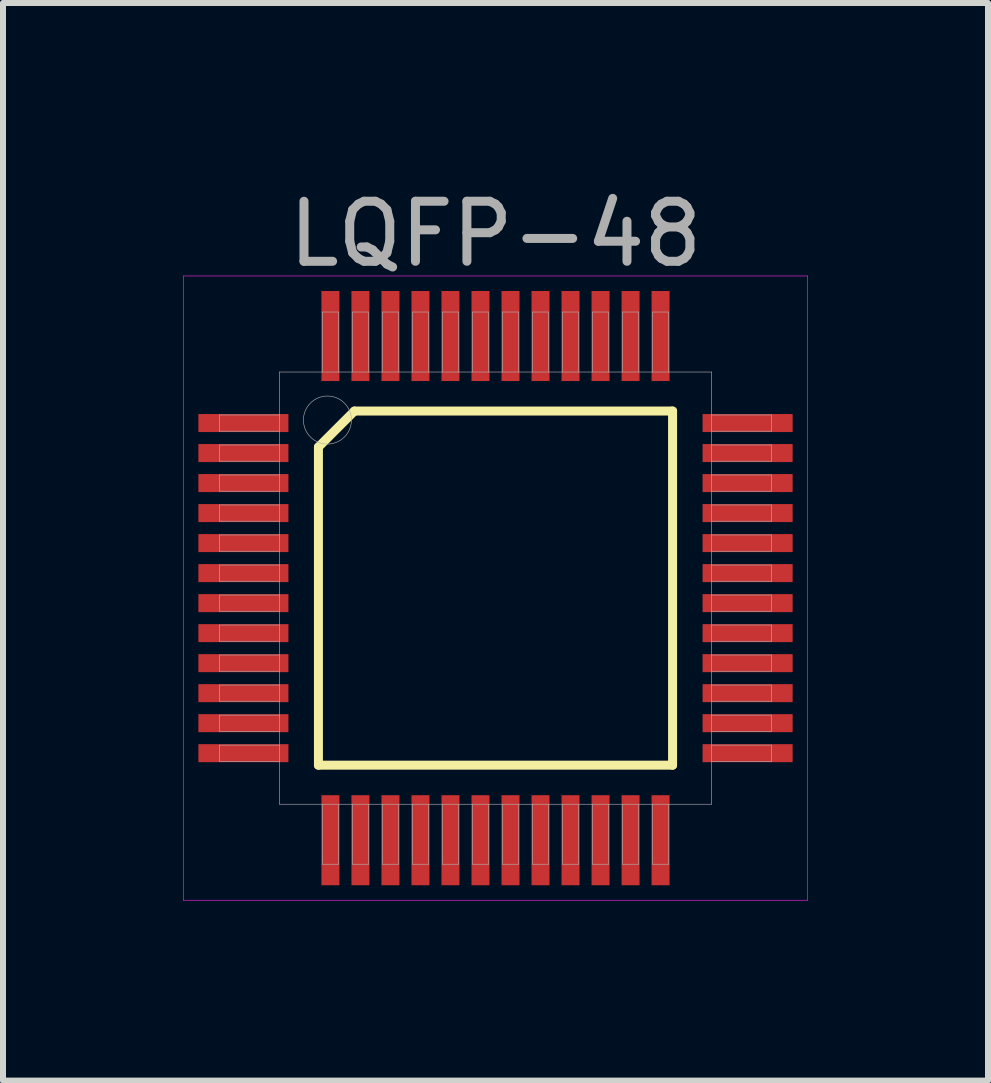
<source format=kicad_pcb>
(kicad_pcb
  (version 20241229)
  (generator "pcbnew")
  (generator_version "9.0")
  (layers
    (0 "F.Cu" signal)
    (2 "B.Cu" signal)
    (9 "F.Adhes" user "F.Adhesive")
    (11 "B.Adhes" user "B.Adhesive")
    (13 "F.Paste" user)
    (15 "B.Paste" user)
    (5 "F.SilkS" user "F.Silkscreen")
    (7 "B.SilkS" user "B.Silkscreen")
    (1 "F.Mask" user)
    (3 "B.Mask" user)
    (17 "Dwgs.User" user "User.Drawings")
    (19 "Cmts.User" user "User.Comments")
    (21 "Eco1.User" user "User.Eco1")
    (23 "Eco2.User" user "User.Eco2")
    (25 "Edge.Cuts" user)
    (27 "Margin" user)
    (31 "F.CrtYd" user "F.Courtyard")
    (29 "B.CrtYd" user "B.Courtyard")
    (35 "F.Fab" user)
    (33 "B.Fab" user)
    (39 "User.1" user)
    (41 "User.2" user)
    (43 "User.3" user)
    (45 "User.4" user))
  (footprint "LQFP-48"
    (layer "F.Cu")
    (at 5.205 6.748)
    (property "Reference" "LQFP-48" (at 0 -5.9 0) (layer "F.Fab") (effects (font (size 1 1) (thickness 0.15))))
    (attr through_hole)
    (fp_line (start -2.95 -2.35) (end -2.35 -2.95) (stroke (width 0.15) (type solid)) (layer "F.SilkS"))
    (fp_line (start -2.95 2.95) (end -2.95 -2.35) (stroke (width 0.15) (type solid)) (layer "F.SilkS"))
    (fp_line (start -2.35 -2.95) (end 2.95 -2.95) (stroke (width 0.15) (type solid)) (layer "F.SilkS"))
    (fp_line (start 2.95 -2.95) (end 2.95 2.95) (stroke (width 0.15) (type solid)) (layer "F.SilkS"))
    (fp_line (start 2.95 2.95) (end -2.95 2.95) (stroke (width 0.15) (type solid)) (layer "F.SilkS"))
    (fp_line (start -5.2 -5.2) (end 5.2 -5.2) (stroke (width 0.01) (type solid)) (layer "F.CrtYd"))
    (fp_line (start -5.2 5.2) (end -5.2 -5.2) (stroke (width 0.01) (type solid)) (layer "F.CrtYd"))
    (fp_line (start 5.2 -5.2) (end 5.2 5.2) (stroke (width 0.01) (type solid)) (layer "F.CrtYd"))
    (fp_line (start 5.2 5.2) (end -5.2 5.2) (stroke (width 0.01) (type solid)) (layer "F.CrtYd"))
    (fp_line (start -4.6 -2.885) (end -3.6 -2.885) (stroke (width 0.01) (type solid)) (layer "F.Fab"))
    (fp_line (start -4.6 -2.615) (end -4.6 -2.885) (stroke (width 0.01) (type solid)) (layer "F.Fab"))
    (fp_line (start -4.6 -2.385) (end -3.6 -2.385) (stroke (width 0.01) (type solid)) (layer "F.Fab"))
    (fp_line (start -4.6 -2.115) (end -4.6 -2.385) (stroke (width 0.01) (type solid)) (layer "F.Fab"))
    (fp_line (start -4.6 -1.885) (end -3.6 -1.885) (stroke (width 0.01) (type solid)) (layer "F.Fab"))
    (fp_line (start -4.6 -1.615) (end -4.6 -1.885) (stroke (width 0.01) (type solid)) (layer "F.Fab"))
    (fp_line (start -4.6 -1.385) (end -3.6 -1.385) (stroke (width 0.01) (type solid)) (layer "F.Fab"))
    (fp_line (start -4.6 -1.115) (end -4.6 -1.385) (stroke (width 0.01) (type solid)) (layer "F.Fab"))
    (fp_line (start -4.6 -0.885) (end -3.6 -0.885) (stroke (width 0.01) (type solid)) (layer "F.Fab"))
    (fp_line (start -4.6 -0.615) (end -4.6 -0.885) (stroke (width 0.01) (type solid)) (layer "F.Fab"))
    (fp_line (start -4.6 -0.385) (end -3.6 -0.385) (stroke (width 0.01) (type solid)) (layer "F.Fab"))
    (fp_line (start -4.6 -0.115) (end -4.6 -0.385) (stroke (width 0.01) (type solid)) (layer "F.Fab"))
    (fp_line (start -4.6 0.115) (end -3.6 0.115) (stroke (width 0.01) (type solid)) (layer "F.Fab"))
    (fp_line (start -4.6 0.385) (end -4.6 0.115) (stroke (width 0.01) (type solid)) (layer "F.Fab"))
    (fp_line (start -4.6 0.615) (end -3.6 0.615) (stroke (width 0.01) (type solid)) (layer "F.Fab"))
    (fp_line (start -4.6 0.885) (end -4.6 0.615) (stroke (width 0.01) (type solid)) (layer "F.Fab"))
    (fp_line (start -4.6 1.115) (end -3.6 1.115) (stroke (width 0.01) (type solid)) (layer "F.Fab"))
    (fp_line (start -4.6 1.385) (end -4.6 1.115) (stroke (width 0.01) (type solid)) (layer "F.Fab"))
    (fp_line (start -4.6 1.615) (end -3.6 1.615) (stroke (width 0.01) (type solid)) (layer "F.Fab"))
    (fp_line (start -4.6 1.885) (end -4.6 1.615) (stroke (width 0.01) (type solid)) (layer "F.Fab"))
    (fp_line (start -4.6 2.115) (end -3.6 2.115) (stroke (width 0.01) (type solid)) (layer "F.Fab"))
    (fp_line (start -4.6 2.385) (end -4.6 2.115) (stroke (width 0.01) (type solid)) (layer "F.Fab"))
    (fp_line (start -4.6 2.615) (end -3.6 2.615) (stroke (width 0.01) (type solid)) (layer "F.Fab"))
    (fp_line (start -4.6 2.885) (end -4.6 2.615) (stroke (width 0.01) (type solid)) (layer "F.Fab"))
    (fp_line (start -3.6 -3.6) (end 3.6 -3.6) (stroke (width 0.01) (type solid)) (layer "F.Fab"))
    (fp_line (start -3.6 -2.615) (end -4.6 -2.615) (stroke (width 0.01) (type solid)) (layer "F.Fab"))
    (fp_line (start -3.6 -2.115) (end -4.6 -2.115) (stroke (width 0.01) (type solid)) (layer "F.Fab"))
    (fp_line (start -3.6 -1.615) (end -4.6 -1.615) (stroke (width 0.01) (type solid)) (layer "F.Fab"))
    (fp_line (start -3.6 -1.115) (end -4.6 -1.115) (stroke (width 0.01) (type solid)) (layer "F.Fab"))
    (fp_line (start -3.6 -0.615) (end -4.6 -0.615) (stroke (width 0.01) (type solid)) (layer "F.Fab"))
    (fp_line (start -3.6 -0.115) (end -4.6 -0.115) (stroke (width 0.01) (type solid)) (layer "F.Fab"))
    (fp_line (start -3.6 0.385) (end -4.6 0.385) (stroke (width 0.01) (type solid)) (layer "F.Fab"))
    (fp_line (start -3.6 0.885) (end -4.6 0.885) (stroke (width 0.01) (type solid)) (layer "F.Fab"))
    (fp_line (start -3.6 1.385) (end -4.6 1.385) (stroke (width 0.01) (type solid)) (layer "F.Fab"))
    (fp_line (start -3.6 1.885) (end -4.6 1.885) (stroke (width 0.01) (type solid)) (layer "F.Fab"))
    (fp_line (start -3.6 2.385) (end -4.6 2.385) (stroke (width 0.01) (type solid)) (layer "F.Fab"))
    (fp_line (start -3.6 2.885) (end -4.6 2.885) (stroke (width 0.01) (type solid)) (layer "F.Fab"))
    (fp_line (start -3.6 3.6) (end -3.6 -3.6) (stroke (width 0.01) (type solid)) (layer "F.Fab"))
    (fp_line (start -2.885 -4.6) (end -2.615 -4.6) (stroke (width 0.01) (type solid)) (layer "F.Fab"))
    (fp_line (start -2.885 -3.6) (end -2.885 -4.6) (stroke (width 0.01) (type solid)) (layer "F.Fab"))
    (fp_line (start -2.885 4.6) (end -2.885 3.6) (stroke (width 0.01) (type solid)) (layer "F.Fab"))
    (fp_line (start -2.615 -4.6) (end -2.615 -3.6) (stroke (width 0.01) (type solid)) (layer "F.Fab"))
    (fp_line (start -2.615 3.6) (end -2.615 4.6) (stroke (width 0.01) (type solid)) (layer "F.Fab"))
    (fp_line (start -2.615 4.6) (end -2.885 4.6) (stroke (width 0.01) (type solid)) (layer "F.Fab"))
    (fp_line (start -2.385 -4.6) (end -2.115 -4.6) (stroke (width 0.01) (type solid)) (layer "F.Fab"))
    (fp_line (start -2.385 -3.6) (end -2.385 -4.6) (stroke (width 0.01) (type solid)) (layer "F.Fab"))
    (fp_line (start -2.385 4.6) (end -2.385 3.6) (stroke (width 0.01) (type solid)) (layer "F.Fab"))
    (fp_line (start -2.115 -4.6) (end -2.115 -3.6) (stroke (width 0.01) (type solid)) (layer "F.Fab"))
    (fp_line (start -2.115 3.6) (end -2.115 4.6) (stroke (width 0.01) (type solid)) (layer "F.Fab"))
    (fp_line (start -2.115 4.6) (end -2.385 4.6) (stroke (width 0.01) (type solid)) (layer "F.Fab"))
    (fp_line (start -1.885 -4.6) (end -1.615 -4.6) (stroke (width 0.01) (type solid)) (layer "F.Fab"))
    (fp_line (start -1.885 -3.6) (end -1.885 -4.6) (stroke (width 0.01) (type solid)) (layer "F.Fab"))
    (fp_line (start -1.885 4.6) (end -1.885 3.6) (stroke (width 0.01) (type solid)) (layer "F.Fab"))
    (fp_line (start -1.615 -4.6) (end -1.615 -3.6) (stroke (width 0.01) (type solid)) (layer "F.Fab"))
    (fp_line (start -1.615 3.6) (end -1.615 4.6) (stroke (width 0.01) (type solid)) (layer "F.Fab"))
    (fp_line (start -1.615 4.6) (end -1.885 4.6) (stroke (width 0.01) (type solid)) (layer "F.Fab"))
    (fp_line (start -1.385 -4.6) (end -1.115 -4.6) (stroke (width 0.01) (type solid)) (layer "F.Fab"))
    (fp_line (start -1.385 -3.6) (end -1.385 -4.6) (stroke (width 0.01) (type solid)) (layer "F.Fab"))
    (fp_line (start -1.385 4.6) (end -1.385 3.6) (stroke (width 0.01) (type solid)) (layer "F.Fab"))
    (fp_line (start -1.115 -4.6) (end -1.115 -3.6) (stroke (width 0.01) (type solid)) (layer "F.Fab"))
    (fp_line (start -1.115 3.6) (end -1.115 4.6) (stroke (width 0.01) (type solid)) (layer "F.Fab"))
    (fp_line (start -1.115 4.6) (end -1.385 4.6) (stroke (width 0.01) (type solid)) (layer "F.Fab"))
    (fp_line (start -0.885 -4.6) (end -0.615 -4.6) (stroke (width 0.01) (type solid)) (layer "F.Fab"))
    (fp_line (start -0.885 -3.6) (end -0.885 -4.6) (stroke (width 0.01) (type solid)) (layer "F.Fab"))
    (fp_line (start -0.885 4.6) (end -0.885 3.6) (stroke (width 0.01) (type solid)) (layer "F.Fab"))
    (fp_line (start -0.615 -4.6) (end -0.615 -3.6) (stroke (width 0.01) (type solid)) (layer "F.Fab"))
    (fp_line (start -0.615 3.6) (end -0.615 4.6) (stroke (width 0.01) (type solid)) (layer "F.Fab"))
    (fp_line (start -0.615 4.6) (end -0.885 4.6) (stroke (width 0.01) (type solid)) (layer "F.Fab"))
    (fp_line (start -0.385 -4.6) (end -0.115 -4.6) (stroke (width 0.01) (type solid)) (layer "F.Fab"))
    (fp_line (start -0.385 -3.6) (end -0.385 -4.6) (stroke (width 0.01) (type solid)) (layer "F.Fab"))
    (fp_line (start -0.385 4.6) (end -0.385 3.6) (stroke (width 0.01) (type solid)) (layer "F.Fab"))
    (fp_line (start -0.115 -4.6) (end -0.115 -3.6) (stroke (width 0.01) (type solid)) (layer "F.Fab"))
    (fp_line (start -0.115 3.6) (end -0.115 4.6) (stroke (width 0.01) (type solid)) (layer "F.Fab"))
    (fp_line (start -0.115 4.6) (end -0.385 4.6) (stroke (width 0.01) (type solid)) (layer "F.Fab"))
    (fp_line (start 0.115 -4.6) (end 0.385 -4.6) (stroke (width 0.01) (type solid)) (layer "F.Fab"))
    (fp_line (start 0.115 -3.6) (end 0.115 -4.6) (stroke (width 0.01) (type solid)) (layer "F.Fab"))
    (fp_line (start 0.115 4.6) (end 0.115 3.6) (stroke (width 0.01) (type solid)) (layer "F.Fab"))
    (fp_line (start 0.385 -4.6) (end 0.385 -3.6) (stroke (width 0.01) (type solid)) (layer "F.Fab"))
    (fp_line (start 0.385 3.6) (end 0.385 4.6) (stroke (width 0.01) (type solid)) (layer "F.Fab"))
    (fp_line (start 0.385 4.6) (end 0.115 4.6) (stroke (width 0.01) (type solid)) (layer "F.Fab"))
    (fp_line (start 0.615 -4.6) (end 0.885 -4.6) (stroke (width 0.01) (type solid)) (layer "F.Fab"))
    (fp_line (start 0.615 -3.6) (end 0.615 -4.6) (stroke (width 0.01) (type solid)) (layer "F.Fab"))
    (fp_line (start 0.615 4.6) (end 0.615 3.6) (stroke (width 0.01) (type solid)) (layer "F.Fab"))
    (fp_line (start 0.885 -4.6) (end 0.885 -3.6) (stroke (width 0.01) (type solid)) (layer "F.Fab"))
    (fp_line (start 0.885 3.6) (end 0.885 4.6) (stroke (width 0.01) (type solid)) (layer "F.Fab"))
    (fp_line (start 0.885 4.6) (end 0.615 4.6) (stroke (width 0.01) (type solid)) (layer "F.Fab"))
    (fp_line (start 1.115 -4.6) (end 1.385 -4.6) (stroke (width 0.01) (type solid)) (layer "F.Fab"))
    (fp_line (start 1.115 -3.6) (end 1.115 -4.6) (stroke (width 0.01) (type solid)) (layer "F.Fab"))
    (fp_line (start 1.115 4.6) (end 1.115 3.6) (stroke (width 0.01) (type solid)) (layer "F.Fab"))
    (fp_line (start 1.385 -4.6) (end 1.385 -3.6) (stroke (width 0.01) (type solid)) (layer "F.Fab"))
    (fp_line (start 1.385 3.6) (end 1.385 4.6) (stroke (width 0.01) (type solid)) (layer "F.Fab"))
    (fp_line (start 1.385 4.6) (end 1.115 4.6) (stroke (width 0.01) (type solid)) (layer "F.Fab"))
    (fp_line (start 1.615 -4.6) (end 1.885 -4.6) (stroke (width 0.01) (type solid)) (layer "F.Fab"))
    (fp_line (start 1.615 -3.6) (end 1.615 -4.6) (stroke (width 0.01) (type solid)) (layer "F.Fab"))
    (fp_line (start 1.615 4.6) (end 1.615 3.6) (stroke (width 0.01) (type solid)) (layer "F.Fab"))
    (fp_line (start 1.885 -4.6) (end 1.885 -3.6) (stroke (width 0.01) (type solid)) (layer "F.Fab"))
    (fp_line (start 1.885 3.6) (end 1.885 4.6) (stroke (width 0.01) (type solid)) (layer "F.Fab"))
    (fp_line (start 1.885 4.6) (end 1.615 4.6) (stroke (width 0.01) (type solid)) (layer "F.Fab"))
    (fp_line (start 2.115 -4.6) (end 2.385 -4.6) (stroke (width 0.01) (type solid)) (layer "F.Fab"))
    (fp_line (start 2.115 -3.6) (end 2.115 -4.6) (stroke (width 0.01) (type solid)) (layer "F.Fab"))
    (fp_line (start 2.115 4.6) (end 2.115 3.6) (stroke (width 0.01) (type solid)) (layer "F.Fab"))
    (fp_line (start 2.385 -4.6) (end 2.385 -3.6) (stroke (width 0.01) (type solid)) (layer "F.Fab"))
    (fp_line (start 2.385 3.6) (end 2.385 4.6) (stroke (width 0.01) (type solid)) (layer "F.Fab"))
    (fp_line (start 2.385 4.6) (end 2.115 4.6) (stroke (width 0.01) (type solid)) (layer "F.Fab"))
    (fp_line (start 2.615 -4.6) (end 2.885 -4.6) (stroke (width 0.01) (type solid)) (layer "F.Fab"))
    (fp_line (start 2.615 -3.6) (end 2.615 -4.6) (stroke (width 0.01) (type solid)) (layer "F.Fab"))
    (fp_line (start 2.615 4.6) (end 2.615 3.6) (stroke (width 0.01) (type solid)) (layer "F.Fab"))
    (fp_line (start 2.885 -4.6) (end 2.885 -3.6) (stroke (width 0.01) (type solid)) (layer "F.Fab"))
    (fp_line (start 2.885 3.6) (end 2.885 4.6) (stroke (width 0.01) (type solid)) (layer "F.Fab"))
    (fp_line (start 2.885 4.6) (end 2.615 4.6) (stroke (width 0.01) (type solid)) (layer "F.Fab"))
    (fp_line (start 3.6 -3.6) (end 3.6 3.6) (stroke (width 0.01) (type solid)) (layer "F.Fab"))
    (fp_line (start 3.6 -2.885) (end 4.6 -2.885) (stroke (width 0.01) (type solid)) (layer "F.Fab"))
    (fp_line (start 3.6 -2.385) (end 4.6 -2.385) (stroke (width 0.01) (type solid)) (layer "F.Fab"))
    (fp_line (start 3.6 -1.885) (end 4.6 -1.885) (stroke (width 0.01) (type solid)) (layer "F.Fab"))
    (fp_line (start 3.6 -1.385) (end 4.6 -1.385) (stroke (width 0.01) (type solid)) (layer "F.Fab"))
    (fp_line (start 3.6 -0.885) (end 4.6 -0.885) (stroke (width 0.01) (type solid)) (layer "F.Fab"))
    (fp_line (start 3.6 -0.385) (end 4.6 -0.385) (stroke (width 0.01) (type solid)) (layer "F.Fab"))
    (fp_line (start 3.6 0.115) (end 4.6 0.115) (stroke (width 0.01) (type solid)) (layer "F.Fab"))
    (fp_line (start 3.6 0.615) (end 4.6 0.615) (stroke (width 0.01) (type solid)) (layer "F.Fab"))
    (fp_line (start 3.6 1.115) (end 4.6 1.115) (stroke (width 0.01) (type solid)) (layer "F.Fab"))
    (fp_line (start 3.6 1.615) (end 4.6 1.615) (stroke (width 0.01) (type solid)) (layer "F.Fab"))
    (fp_line (start 3.6 2.115) (end 4.6 2.115) (stroke (width 0.01) (type solid)) (layer "F.Fab"))
    (fp_line (start 3.6 2.615) (end 4.6 2.615) (stroke (width 0.01) (type solid)) (layer "F.Fab"))
    (fp_line (start 3.6 3.6) (end -3.6 3.6) (stroke (width 0.01) (type solid)) (layer "F.Fab"))
    (fp_line (start 4.6 -2.885) (end 4.6 -2.615) (stroke (width 0.01) (type solid)) (layer "F.Fab"))
    (fp_line (start 4.6 -2.615) (end 3.6 -2.615) (stroke (width 0.01) (type solid)) (layer "F.Fab"))
    (fp_line (start 4.6 -2.385) (end 4.6 -2.115) (stroke (width 0.01) (type solid)) (layer "F.Fab"))
    (fp_line (start 4.6 -2.115) (end 3.6 -2.115) (stroke (width 0.01) (type solid)) (layer "F.Fab"))
    (fp_line (start 4.6 -1.885) (end 4.6 -1.615) (stroke (width 0.01) (type solid)) (layer "F.Fab"))
    (fp_line (start 4.6 -1.615) (end 3.6 -1.615) (stroke (width 0.01) (type solid)) (layer "F.Fab"))
    (fp_line (start 4.6 -1.385) (end 4.6 -1.115) (stroke (width 0.01) (type solid)) (layer "F.Fab"))
    (fp_line (start 4.6 -1.115) (end 3.6 -1.115) (stroke (width 0.01) (type solid)) (layer "F.Fab"))
    (fp_line (start 4.6 -0.885) (end 4.6 -0.615) (stroke (width 0.01) (type solid)) (layer "F.Fab"))
    (fp_line (start 4.6 -0.615) (end 3.6 -0.615) (stroke (width 0.01) (type solid)) (layer "F.Fab"))
    (fp_line (start 4.6 -0.385) (end 4.6 -0.115) (stroke (width 0.01) (type solid)) (layer "F.Fab"))
    (fp_line (start 4.6 -0.115) (end 3.6 -0.115) (stroke (width 0.01) (type solid)) (layer "F.Fab"))
    (fp_line (start 4.6 0.115) (end 4.6 0.385) (stroke (width 0.01) (type solid)) (layer "F.Fab"))
    (fp_line (start 4.6 0.385) (end 3.6 0.385) (stroke (width 0.01) (type solid)) (layer "F.Fab"))
    (fp_line (start 4.6 0.615) (end 4.6 0.885) (stroke (width 0.01) (type solid)) (layer "F.Fab"))
    (fp_line (start 4.6 0.885) (end 3.6 0.885) (stroke (width 0.01) (type solid)) (layer "F.Fab"))
    (fp_line (start 4.6 1.115) (end 4.6 1.385) (stroke (width 0.01) (type solid)) (layer "F.Fab"))
    (fp_line (start 4.6 1.385) (end 3.6 1.385) (stroke (width 0.01) (type solid)) (layer "F.Fab"))
    (fp_line (start 4.6 1.615) (end 4.6 1.885) (stroke (width 0.01) (type solid)) (layer "F.Fab"))
    (fp_line (start 4.6 1.885) (end 3.6 1.885) (stroke (width 0.01) (type solid)) (layer "F.Fab"))
    (fp_line (start 4.6 2.115) (end 4.6 2.385) (stroke (width 0.01) (type solid)) (layer "F.Fab"))
    (fp_line (start 4.6 2.385) (end 3.6 2.385) (stroke (width 0.01) (type solid)) (layer "F.Fab"))
    (fp_line (start 4.6 2.615) (end 4.6 2.885) (stroke (width 0.01) (type solid)) (layer "F.Fab"))
    (fp_line (start 4.6 2.885) (end 3.6 2.885) (stroke (width 0.01) (type solid)) (layer "F.Fab"))
    (fp_circle (center -2.8 -2.8) (end -2.8 -2.4) (stroke (width 0.01) (type solid)) (fill no) (layer "F.Fab"))
    (pad "1" smd rect (at -4.2 -2.75) (size 1.5 0.3) (layers "F.Cu" "F.Mask" "F.Paste"))
    (pad "2" smd rect (at -4.2 -2.25) (size 1.5 0.3) (layers "F.Cu" "F.Mask" "F.Paste"))
    (pad "3" smd rect (at -4.2 -1.75) (size 1.5 0.3) (layers "F.Cu" "F.Mask" "F.Paste"))
    (pad "4" smd rect (at -4.2 -1.25) (size 1.5 0.3) (layers "F.Cu" "F.Mask" "F.Paste"))
    (pad "5" smd rect (at -4.2 -0.75) (size 1.5 0.3) (layers "F.Cu" "F.Mask" "F.Paste"))
    (pad "6" smd rect (at -4.2 -0.25) (size 1.5 0.3) (layers "F.Cu" "F.Mask" "F.Paste"))
    (pad "7" smd rect (at -4.2 0.25) (size 1.5 0.3) (layers "F.Cu" "F.Mask" "F.Paste"))
    (pad "8" smd rect (at -4.2 0.75) (size 1.5 0.3) (layers "F.Cu" "F.Mask" "F.Paste"))
    (pad "9" smd rect (at -4.2 1.25) (size 1.5 0.3) (layers "F.Cu" "F.Mask" "F.Paste"))
    (pad "10" smd rect (at -4.2 1.75) (size 1.5 0.3) (layers "F.Cu" "F.Mask" "F.Paste"))
    (pad "11" smd rect (at -4.2 2.25) (size 1.5 0.3) (layers "F.Cu" "F.Mask" "F.Paste"))
    (pad "12" smd rect (at -4.2 2.75) (size 1.5 0.3) (layers "F.Cu" "F.Mask" "F.Paste"))
    (pad "13" smd rect (at -2.75 4.2) (size 0.3 1.5) (layers "F.Cu" "F.Mask" "F.Paste"))
    (pad "14" smd rect (at -2.25 4.2) (size 0.3 1.5) (layers "F.Cu" "F.Mask" "F.Paste"))
    (pad "15" smd rect (at -1.75 4.2) (size 0.3 1.5) (layers "F.Cu" "F.Mask" "F.Paste"))
    (pad "16" smd rect (at -1.25 4.2) (size 0.3 1.5) (layers "F.Cu" "F.Mask" "F.Paste"))
    (pad "17" smd rect (at -0.75 4.2) (size 0.3 1.5) (layers "F.Cu" "F.Mask" "F.Paste"))
    (pad "18" smd rect (at -0.25 4.2) (size 0.3 1.5) (layers "F.Cu" "F.Mask" "F.Paste"))
    (pad "19" smd rect (at 0.25 4.2) (size 0.3 1.5) (layers "F.Cu" "F.Mask" "F.Paste"))
    (pad "20" smd rect (at 0.75 4.2) (size 0.3 1.5) (layers "F.Cu" "F.Mask" "F.Paste"))
    (pad "21" smd rect (at 1.25 4.2) (size 0.3 1.5) (layers "F.Cu" "F.Mask" "F.Paste"))
    (pad "22" smd rect (at 1.75 4.2) (size 0.3 1.5) (layers "F.Cu" "F.Mask" "F.Paste"))
    (pad "23" smd rect (at 2.25 4.2) (size 0.3 1.5) (layers "F.Cu" "F.Mask" "F.Paste"))
    (pad "24" smd rect (at 2.75 4.2) (size 0.3 1.5) (layers "F.Cu" "F.Mask" "F.Paste"))
    (pad "25" smd rect (at 4.2 2.75) (size 1.5 0.3) (layers "F.Cu" "F.Mask" "F.Paste"))
    (pad "26" smd rect (at 4.2 2.25) (size 1.5 0.3) (layers "F.Cu" "F.Mask" "F.Paste"))
    (pad "27" smd rect (at 4.2 1.75) (size 1.5 0.3) (layers "F.Cu" "F.Mask" "F.Paste"))
    (pad "28" smd rect (at 4.2 1.25) (size 1.5 0.3) (layers "F.Cu" "F.Mask" "F.Paste"))
    (pad "29" smd rect (at 4.2 0.75) (size 1.5 0.3) (layers "F.Cu" "F.Mask" "F.Paste"))
    (pad "30" smd rect (at 4.2 0.25) (size 1.5 0.3) (layers "F.Cu" "F.Mask" "F.Paste"))
    (pad "31" smd rect (at 4.2 -0.25) (size 1.5 0.3) (layers "F.Cu" "F.Mask" "F.Paste"))
    (pad "32" smd rect (at 4.2 -0.75) (size 1.5 0.3) (layers "F.Cu" "F.Mask" "F.Paste"))
    (pad "33" smd rect (at 4.2 -1.25) (size 1.5 0.3) (layers "F.Cu" "F.Mask" "F.Paste"))
    (pad "34" smd rect (at 4.2 -1.75) (size 1.5 0.3) (layers "F.Cu" "F.Mask" "F.Paste"))
    (pad "35" smd rect (at 4.2 -2.25) (size 1.5 0.3) (layers "F.Cu" "F.Mask" "F.Paste"))
    (pad "36" smd rect (at 4.2 -2.75) (size 1.5 0.3) (layers "F.Cu" "F.Mask" "F.Paste"))
    (pad "37" smd rect (at 2.75 -4.2) (size 0.3 1.5) (layers "F.Cu" "F.Mask" "F.Paste"))
    (pad "38" smd rect (at 2.25 -4.2) (size 0.3 1.5) (layers "F.Cu" "F.Mask" "F.Paste"))
    (pad "39" smd rect (at 1.75 -4.2) (size 0.3 1.5) (layers "F.Cu" "F.Mask" "F.Paste"))
    (pad "40" smd rect (at 1.25 -4.2) (size 0.3 1.5) (layers "F.Cu" "F.Mask" "F.Paste"))
    (pad "41" smd rect (at 0.75 -4.2) (size 0.3 1.5) (layers "F.Cu" "F.Mask" "F.Paste"))
    (pad "42" smd rect (at 0.25 -4.2) (size 0.3 1.5) (layers "F.Cu" "F.Mask" "F.Paste"))
    (pad "43" smd rect (at -0.25 -4.2) (size 0.3 1.5) (layers "F.Cu" "F.Mask" "F.Paste"))
    (pad "44" smd rect (at -0.75 -4.2) (size 0.3 1.5) (layers "F.Cu" "F.Mask" "F.Paste"))
    (pad "45" smd rect (at -1.25 -4.2) (size 0.3 1.5) (layers "F.Cu" "F.Mask" "F.Paste"))
    (pad "46" smd rect (at -1.75 -4.2) (size 0.3 1.5) (layers "F.Cu" "F.Mask" "F.Paste"))
    (pad "47" smd rect (at -2.25 -4.2) (size 0.3 1.5) (layers "F.Cu" "F.Mask" "F.Paste"))
    (pad "48" smd rect (at -2.75 -4.2) (size 0.3 1.5) (layers "F.Cu" "F.Mask" "F.Paste")))
  (gr_rect
    (start -3 -3)
    (end 13.41 14.953)
    (stroke (width 0.1) (type default))
    (fill no)
    (layer "Edge.Cuts")))
</source>
